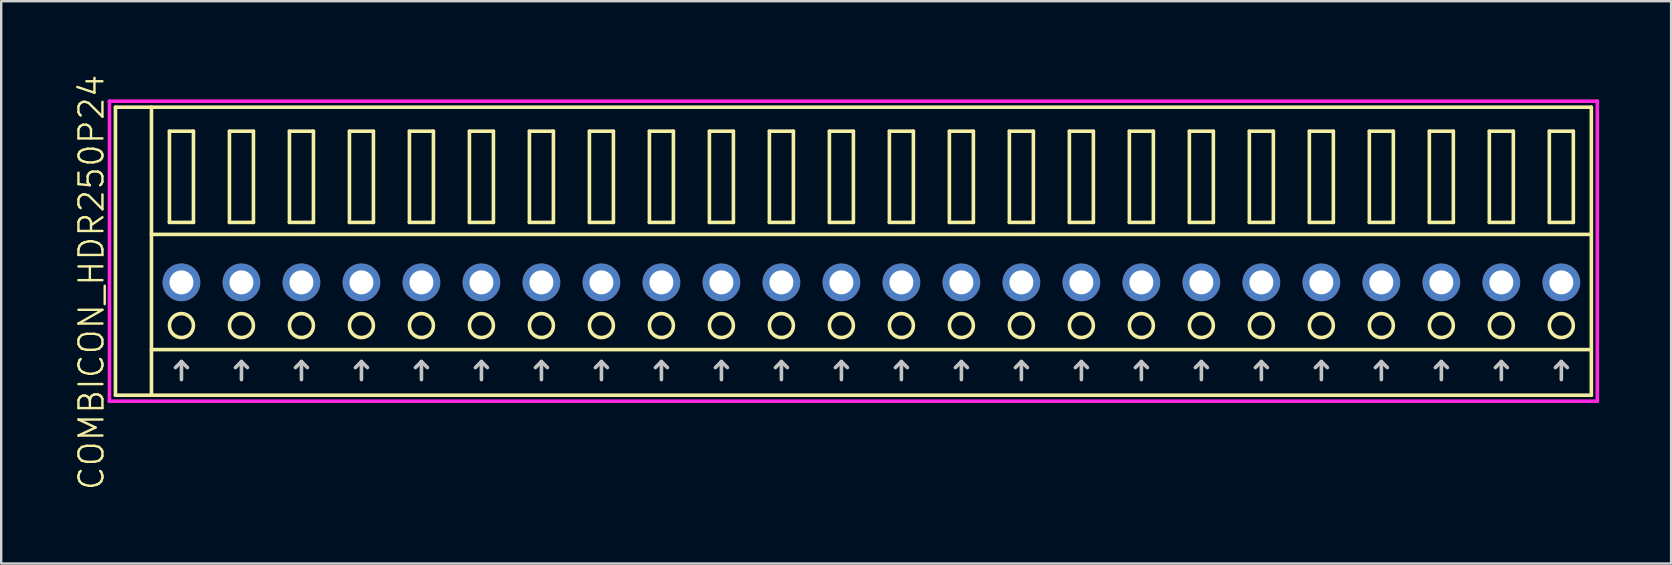
<source format=kicad_pcb>
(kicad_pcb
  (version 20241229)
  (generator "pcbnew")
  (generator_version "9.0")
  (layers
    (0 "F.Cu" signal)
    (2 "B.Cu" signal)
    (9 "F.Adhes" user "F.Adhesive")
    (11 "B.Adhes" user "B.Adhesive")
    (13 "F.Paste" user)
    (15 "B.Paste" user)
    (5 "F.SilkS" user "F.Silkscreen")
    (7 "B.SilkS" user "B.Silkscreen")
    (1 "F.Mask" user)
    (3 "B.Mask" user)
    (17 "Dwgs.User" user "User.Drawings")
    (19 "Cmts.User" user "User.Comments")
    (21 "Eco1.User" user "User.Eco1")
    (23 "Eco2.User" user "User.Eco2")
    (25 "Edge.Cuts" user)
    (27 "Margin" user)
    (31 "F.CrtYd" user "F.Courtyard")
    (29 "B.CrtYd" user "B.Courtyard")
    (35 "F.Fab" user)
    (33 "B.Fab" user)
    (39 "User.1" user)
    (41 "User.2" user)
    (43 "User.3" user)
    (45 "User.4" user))
  (footprint "COMBICON_HDR250P24"
    (layer "F.Cu")
    (at 33.261 8.717)
    (property "Reference" "COMBICON_HDR250P24" (at -32.5 0 90) (layer "F.SilkS") (effects (font (size 1 1) (thickness 0.1))))
    (attr through_hole)
    (fp_line (start -31.5 -7.3) (end -31.5 4.7) (stroke (width 0.15) (type solid)) (layer "F.SilkS"))
    (fp_line (start -31.5 4.7) (end 30 4.7) (stroke (width 0.15) (type solid)) (layer "F.SilkS"))
    (fp_line (start -30 -2) (end 30 -2) (stroke (width 0.15) (type solid)) (layer "F.SilkS"))
    (fp_line (start -30 2.8) (end 30 2.8) (stroke (width 0.15) (type solid)) (layer "F.SilkS"))
    (fp_line (start -30 4.7) (end -30 -7.3) (stroke (width 0.15) (type solid)) (layer "F.SilkS"))
    (fp_line (start -29.25 -6.3) (end -29.25 -2.5) (stroke (width 0.15) (type solid)) (layer "F.SilkS"))
    (fp_line (start -29.25 -2.5) (end -28.25 -2.5) (stroke (width 0.15) (type solid)) (layer "F.SilkS"))
    (fp_line (start -28.25 -6.3) (end -29.25 -6.3) (stroke (width 0.15) (type solid)) (layer "F.SilkS"))
    (fp_line (start -28.25 -2.5) (end -28.25 -6.3) (stroke (width 0.15) (type solid)) (layer "F.SilkS"))
    (fp_line (start -26.75 -6.3) (end -26.75 -2.5) (stroke (width 0.15) (type solid)) (layer "F.SilkS"))
    (fp_line (start -26.75 -2.5) (end -25.75 -2.5) (stroke (width 0.15) (type solid)) (layer "F.SilkS"))
    (fp_line (start -25.75 -6.3) (end -26.75 -6.3) (stroke (width 0.15) (type solid)) (layer "F.SilkS"))
    (fp_line (start -25.75 -2.5) (end -25.75 -6.3) (stroke (width 0.15) (type solid)) (layer "F.SilkS"))
    (fp_line (start -24.25 -6.3) (end -24.25 -2.5) (stroke (width 0.15) (type solid)) (layer "F.SilkS"))
    (fp_line (start -24.25 -2.5) (end -23.25 -2.5) (stroke (width 0.15) (type solid)) (layer "F.SilkS"))
    (fp_line (start -23.25 -6.3) (end -24.25 -6.3) (stroke (width 0.15) (type solid)) (layer "F.SilkS"))
    (fp_line (start -23.25 -2.5) (end -23.25 -6.3) (stroke (width 0.15) (type solid)) (layer "F.SilkS"))
    (fp_line (start -21.75 -6.3) (end -21.75 -2.5) (stroke (width 0.15) (type solid)) (layer "F.SilkS"))
    (fp_line (start -21.75 -2.5) (end -20.75 -2.5) (stroke (width 0.15) (type solid)) (layer "F.SilkS"))
    (fp_line (start -20.75 -6.3) (end -21.75 -6.3) (stroke (width 0.15) (type solid)) (layer "F.SilkS"))
    (fp_line (start -20.75 -2.5) (end -20.75 -6.3) (stroke (width 0.15) (type solid)) (layer "F.SilkS"))
    (fp_line (start -19.25 -6.3) (end -19.25 -2.5) (stroke (width 0.15) (type solid)) (layer "F.SilkS"))
    (fp_line (start -19.25 -2.5) (end -18.25 -2.5) (stroke (width 0.15) (type solid)) (layer "F.SilkS"))
    (fp_line (start -18.25 -6.3) (end -19.25 -6.3) (stroke (width 0.15) (type solid)) (layer "F.SilkS"))
    (fp_line (start -18.25 -2.5) (end -18.25 -6.3) (stroke (width 0.15) (type solid)) (layer "F.SilkS"))
    (fp_line (start -16.75 -6.3) (end -16.75 -2.5) (stroke (width 0.15) (type solid)) (layer "F.SilkS"))
    (fp_line (start -16.75 -2.5) (end -15.75 -2.5) (stroke (width 0.15) (type solid)) (layer "F.SilkS"))
    (fp_line (start -15.75 -6.3) (end -16.75 -6.3) (stroke (width 0.15) (type solid)) (layer "F.SilkS"))
    (fp_line (start -15.75 -2.5) (end -15.75 -6.3) (stroke (width 0.15) (type solid)) (layer "F.SilkS"))
    (fp_line (start -14.25 -6.3) (end -14.25 -2.5) (stroke (width 0.15) (type solid)) (layer "F.SilkS"))
    (fp_line (start -14.25 -2.5) (end -13.25 -2.5) (stroke (width 0.15) (type solid)) (layer "F.SilkS"))
    (fp_line (start -13.25 -6.3) (end -14.25 -6.3) (stroke (width 0.15) (type solid)) (layer "F.SilkS"))
    (fp_line (start -13.25 -2.5) (end -13.25 -6.3) (stroke (width 0.15) (type solid)) (layer "F.SilkS"))
    (fp_line (start -11.75 -6.3) (end -11.75 -2.5) (stroke (width 0.15) (type solid)) (layer "F.SilkS"))
    (fp_line (start -11.75 -2.5) (end -10.75 -2.5) (stroke (width 0.15) (type solid)) (layer "F.SilkS"))
    (fp_line (start -10.75 -6.3) (end -11.75 -6.3) (stroke (width 0.15) (type solid)) (layer "F.SilkS"))
    (fp_line (start -10.75 -2.5) (end -10.75 -6.3) (stroke (width 0.15) (type solid)) (layer "F.SilkS"))
    (fp_line (start -9.25 -6.3) (end -9.25 -2.5) (stroke (width 0.15) (type solid)) (layer "F.SilkS"))
    (fp_line (start -9.25 -2.5) (end -8.25 -2.5) (stroke (width 0.15) (type solid)) (layer "F.SilkS"))
    (fp_line (start -8.25 -6.3) (end -9.25 -6.3) (stroke (width 0.15) (type solid)) (layer "F.SilkS"))
    (fp_line (start -8.25 -2.5) (end -8.25 -6.3) (stroke (width 0.15) (type solid)) (layer "F.SilkS"))
    (fp_line (start -6.75 -6.3) (end -6.75 -2.5) (stroke (width 0.15) (type solid)) (layer "F.SilkS"))
    (fp_line (start -6.75 -2.5) (end -5.75 -2.5) (stroke (width 0.15) (type solid)) (layer "F.SilkS"))
    (fp_line (start -5.75 -6.3) (end -6.75 -6.3) (stroke (width 0.15) (type solid)) (layer "F.SilkS"))
    (fp_line (start -5.75 -2.5) (end -5.75 -6.3) (stroke (width 0.15) (type solid)) (layer "F.SilkS"))
    (fp_line (start -4.25 -6.3) (end -4.25 -2.5) (stroke (width 0.15) (type solid)) (layer "F.SilkS"))
    (fp_line (start -4.25 -2.5) (end -3.25 -2.5) (stroke (width 0.15) (type solid)) (layer "F.SilkS"))
    (fp_line (start -3.25 -6.3) (end -4.25 -6.3) (stroke (width 0.15) (type solid)) (layer "F.SilkS"))
    (fp_line (start -3.25 -2.5) (end -3.25 -6.3) (stroke (width 0.15) (type solid)) (layer "F.SilkS"))
    (fp_line (start -1.75 -6.3) (end -1.75 -2.5) (stroke (width 0.15) (type solid)) (layer "F.SilkS"))
    (fp_line (start -1.75 -2.5) (end -0.75 -2.5) (stroke (width 0.15) (type solid)) (layer "F.SilkS"))
    (fp_line (start -0.75 -6.3) (end -1.75 -6.3) (stroke (width 0.15) (type solid)) (layer "F.SilkS"))
    (fp_line (start -0.75 -2.5) (end -0.75 -6.3) (stroke (width 0.15) (type solid)) (layer "F.SilkS"))
    (fp_line (start 0.75 -6.3) (end 0.75 -2.5) (stroke (width 0.15) (type solid)) (layer "F.SilkS"))
    (fp_line (start 0.75 -2.5) (end 1.75 -2.5) (stroke (width 0.15) (type solid)) (layer "F.SilkS"))
    (fp_line (start 1.75 -6.3) (end 0.75 -6.3) (stroke (width 0.15) (type solid)) (layer "F.SilkS"))
    (fp_line (start 1.75 -2.5) (end 1.75 -6.3) (stroke (width 0.15) (type solid)) (layer "F.SilkS"))
    (fp_line (start 3.25 -6.3) (end 3.25 -2.5) (stroke (width 0.15) (type solid)) (layer "F.SilkS"))
    (fp_line (start 3.25 -2.5) (end 4.25 -2.5) (stroke (width 0.15) (type solid)) (layer "F.SilkS"))
    (fp_line (start 4.25 -6.3) (end 3.25 -6.3) (stroke (width 0.15) (type solid)) (layer "F.SilkS"))
    (fp_line (start 4.25 -2.5) (end 4.25 -6.3) (stroke (width 0.15) (type solid)) (layer "F.SilkS"))
    (fp_line (start 5.75 -6.3) (end 5.75 -2.5) (stroke (width 0.15) (type solid)) (layer "F.SilkS"))
    (fp_line (start 5.75 -2.5) (end 6.75 -2.5) (stroke (width 0.15) (type solid)) (layer "F.SilkS"))
    (fp_line (start 6.75 -6.3) (end 5.75 -6.3) (stroke (width 0.15) (type solid)) (layer "F.SilkS"))
    (fp_line (start 6.75 -2.5) (end 6.75 -6.3) (stroke (width 0.15) (type solid)) (layer "F.SilkS"))
    (fp_line (start 8.25 -6.3) (end 8.25 -2.5) (stroke (width 0.15) (type solid)) (layer "F.SilkS"))
    (fp_line (start 8.25 -2.5) (end 9.25 -2.5) (stroke (width 0.15) (type solid)) (layer "F.SilkS"))
    (fp_line (start 9.25 -6.3) (end 8.25 -6.3) (stroke (width 0.15) (type solid)) (layer "F.SilkS"))
    (fp_line (start 9.25 -2.5) (end 9.25 -6.3) (stroke (width 0.15) (type solid)) (layer "F.SilkS"))
    (fp_line (start 10.75 -6.3) (end 10.75 -2.5) (stroke (width 0.15) (type solid)) (layer "F.SilkS"))
    (fp_line (start 10.75 -2.5) (end 11.75 -2.5) (stroke (width 0.15) (type solid)) (layer "F.SilkS"))
    (fp_line (start 11.75 -6.3) (end 10.75 -6.3) (stroke (width 0.15) (type solid)) (layer "F.SilkS"))
    (fp_line (start 11.75 -2.5) (end 11.75 -6.3) (stroke (width 0.15) (type solid)) (layer "F.SilkS"))
    (fp_line (start 13.25 -6.3) (end 13.25 -2.5) (stroke (width 0.15) (type solid)) (layer "F.SilkS"))
    (fp_line (start 13.25 -2.5) (end 14.25 -2.5) (stroke (width 0.15) (type solid)) (layer "F.SilkS"))
    (fp_line (start 14.25 -6.3) (end 13.25 -6.3) (stroke (width 0.15) (type solid)) (layer "F.SilkS"))
    (fp_line (start 14.25 -2.5) (end 14.25 -6.3) (stroke (width 0.15) (type solid)) (layer "F.SilkS"))
    (fp_line (start 15.75 -6.3) (end 15.75 -2.5) (stroke (width 0.15) (type solid)) (layer "F.SilkS"))
    (fp_line (start 15.75 -2.5) (end 16.75 -2.5) (stroke (width 0.15) (type solid)) (layer "F.SilkS"))
    (fp_line (start 16.75 -6.3) (end 15.75 -6.3) (stroke (width 0.15) (type solid)) (layer "F.SilkS"))
    (fp_line (start 16.75 -2.5) (end 16.75 -6.3) (stroke (width 0.15) (type solid)) (layer "F.SilkS"))
    (fp_line (start 18.25 -6.3) (end 18.25 -2.5) (stroke (width 0.15) (type solid)) (layer "F.SilkS"))
    (fp_line (start 18.25 -2.5) (end 19.25 -2.5) (stroke (width 0.15) (type solid)) (layer "F.SilkS"))
    (fp_line (start 19.25 -6.3) (end 18.25 -6.3) (stroke (width 0.15) (type solid)) (layer "F.SilkS"))
    (fp_line (start 19.25 -2.5) (end 19.25 -6.3) (stroke (width 0.15) (type solid)) (layer "F.SilkS"))
    (fp_line (start 20.75 -6.3) (end 20.75 -2.5) (stroke (width 0.15) (type solid)) (layer "F.SilkS"))
    (fp_line (start 20.75 -2.5) (end 21.75 -2.5) (stroke (width 0.15) (type solid)) (layer "F.SilkS"))
    (fp_line (start 21.75 -6.3) (end 20.75 -6.3) (stroke (width 0.15) (type solid)) (layer "F.SilkS"))
    (fp_line (start 21.75 -2.5) (end 21.75 -6.3) (stroke (width 0.15) (type solid)) (layer "F.SilkS"))
    (fp_line (start 23.25 -6.3) (end 23.25 -2.5) (stroke (width 0.15) (type solid)) (layer "F.SilkS"))
    (fp_line (start 23.25 -2.5) (end 24.25 -2.5) (stroke (width 0.15) (type solid)) (layer "F.SilkS"))
    (fp_line (start 24.25 -6.3) (end 23.25 -6.3) (stroke (width 0.15) (type solid)) (layer "F.SilkS"))
    (fp_line (start 24.25 -2.5) (end 24.25 -6.3) (stroke (width 0.15) (type solid)) (layer "F.SilkS"))
    (fp_line (start 25.75 -6.3) (end 25.75 -2.5) (stroke (width 0.15) (type solid)) (layer "F.SilkS"))
    (fp_line (start 25.75 -2.5) (end 26.75 -2.5) (stroke (width 0.15) (type solid)) (layer "F.SilkS"))
    (fp_line (start 26.75 -6.3) (end 25.75 -6.3) (stroke (width 0.15) (type solid)) (layer "F.SilkS"))
    (fp_line (start 26.75 -2.5) (end 26.75 -6.3) (stroke (width 0.15) (type solid)) (layer "F.SilkS"))
    (fp_line (start 28.25 -6.3) (end 28.25 -2.5) (stroke (width 0.15) (type solid)) (layer "F.SilkS"))
    (fp_line (start 28.25 -2.5) (end 29.25 -2.5) (stroke (width 0.15) (type solid)) (layer "F.SilkS"))
    (fp_line (start 29.25 -6.3) (end 28.25 -6.3) (stroke (width 0.15) (type solid)) (layer "F.SilkS"))
    (fp_line (start 29.25 -2.5) (end 29.25 -6.3) (stroke (width 0.15) (type solid)) (layer "F.SilkS"))
    (fp_line (start 30 -7.3) (end -31.5 -7.3) (stroke (width 0.15) (type solid)) (layer "F.SilkS"))
    (fp_line (start 30 4.7) (end 30 -7.3) (stroke (width 0.15) (type solid)) (layer "F.SilkS"))
    (fp_circle (center -28.75 1.8) (end -28.25 1.8) (stroke (width 0.15) (type solid)) (fill no) (layer "F.SilkS"))
    (fp_circle (center -26.25 1.8) (end -25.75 1.8) (stroke (width 0.15) (type solid)) (fill no) (layer "F.SilkS"))
    (fp_circle (center -23.75 1.8) (end -23.25 1.8) (stroke (width 0.15) (type solid)) (fill no) (layer "F.SilkS"))
    (fp_circle (center -21.25 1.8) (end -20.75 1.8) (stroke (width 0.15) (type solid)) (fill no) (layer "F.SilkS"))
    (fp_circle (center -18.75 1.8) (end -18.25 1.8) (stroke (width 0.15) (type solid)) (fill no) (layer "F.SilkS"))
    (fp_circle (center -16.25 1.8) (end -15.75 1.8) (stroke (width 0.15) (type solid)) (fill no) (layer "F.SilkS"))
    (fp_circle (center -13.75 1.8) (end -13.25 1.8) (stroke (width 0.15) (type solid)) (fill no) (layer "F.SilkS"))
    (fp_circle (center -11.25 1.8) (end -10.75 1.8) (stroke (width 0.15) (type solid)) (fill no) (layer "F.SilkS"))
    (fp_circle (center -8.75 1.8) (end -8.25 1.8) (stroke (width 0.15) (type solid)) (fill no) (layer "F.SilkS"))
    (fp_circle (center -6.25 1.8) (end -5.75 1.8) (stroke (width 0.15) (type solid)) (fill no) (layer "F.SilkS"))
    (fp_circle (center -3.75 1.8) (end -3.25 1.8) (stroke (width 0.15) (type solid)) (fill no) (layer "F.SilkS"))
    (fp_circle (center -1.25 1.8) (end -0.75 1.8) (stroke (width 0.15) (type solid)) (fill no) (layer "F.SilkS"))
    (fp_circle (center 1.25 1.8) (end 1.75 1.8) (stroke (width 0.15) (type solid)) (fill no) (layer "F.SilkS"))
    (fp_circle (center 3.75 1.8) (end 4.25 1.8) (stroke (width 0.15) (type solid)) (fill no) (layer "F.SilkS"))
    (fp_circle (center 6.25 1.8) (end 6.75 1.8) (stroke (width 0.15) (type solid)) (fill no) (layer "F.SilkS"))
    (fp_circle (center 8.75 1.8) (end 9.25 1.8) (stroke (width 0.15) (type solid)) (fill no) (layer "F.SilkS"))
    (fp_circle (center 11.25 1.8) (end 11.75 1.8) (stroke (width 0.15) (type solid)) (fill no) (layer "F.SilkS"))
    (fp_circle (center 13.75 1.8) (end 14.25 1.8) (stroke (width 0.15) (type solid)) (fill no) (layer "F.SilkS"))
    (fp_circle (center 16.25 1.8) (end 16.75 1.8) (stroke (width 0.15) (type solid)) (fill no) (layer "F.SilkS"))
    (fp_circle (center 18.75 1.8) (end 19.25 1.8) (stroke (width 0.15) (type solid)) (fill no) (layer "F.SilkS"))
    (fp_circle (center 21.25 1.8) (end 21.75 1.8) (stroke (width 0.15) (type solid)) (fill no) (layer "F.SilkS"))
    (fp_circle (center 23.75 1.8) (end 24.25 1.8) (stroke (width 0.15) (type solid)) (fill no) (layer "F.SilkS"))
    (fp_circle (center 26.25 1.8) (end 26.75 1.8) (stroke (width 0.15) (type solid)) (fill no) (layer "F.SilkS"))
    (fp_circle (center 28.75 1.8) (end 29.25 1.8) (stroke (width 0.15) (type solid)) (fill no) (layer "F.SilkS"))
    (fp_line (start -29 3.55) (end -28.75 3.3) (stroke (width 0.15) (type solid)) (layer "Dwgs.User"))
    (fp_line (start -28.75 4.05) (end -28.75 3.3) (stroke (width 0.15) (type solid)) (layer "Dwgs.User"))
    (fp_line (start -28.5 3.55) (end -28.75 3.3) (stroke (width 0.15) (type solid)) (layer "Dwgs.User"))
    (fp_line (start -26.5 3.55) (end -26.25 3.3) (stroke (width 0.15) (type solid)) (layer "Dwgs.User"))
    (fp_line (start -26.25 4.05) (end -26.25 3.3) (stroke (width 0.15) (type solid)) (layer "Dwgs.User"))
    (fp_line (start -26 3.55) (end -26.25 3.3) (stroke (width 0.15) (type solid)) (layer "Dwgs.User"))
    (fp_line (start -24 3.55) (end -23.75 3.3) (stroke (width 0.15) (type solid)) (layer "Dwgs.User"))
    (fp_line (start -23.75 4.05) (end -23.75 3.3) (stroke (width 0.15) (type solid)) (layer "Dwgs.User"))
    (fp_line (start -23.5 3.55) (end -23.75 3.3) (stroke (width 0.15) (type solid)) (layer "Dwgs.User"))
    (fp_line (start -21.5 3.55) (end -21.25 3.3) (stroke (width 0.15) (type solid)) (layer "Dwgs.User"))
    (fp_line (start -21.25 4.05) (end -21.25 3.3) (stroke (width 0.15) (type solid)) (layer "Dwgs.User"))
    (fp_line (start -21 3.55) (end -21.25 3.3) (stroke (width 0.15) (type solid)) (layer "Dwgs.User"))
    (fp_line (start -19 3.55) (end -18.75 3.3) (stroke (width 0.15) (type solid)) (layer "Dwgs.User"))
    (fp_line (start -18.75 4.05) (end -18.75 3.3) (stroke (width 0.15) (type solid)) (layer "Dwgs.User"))
    (fp_line (start -18.5 3.55) (end -18.75 3.3) (stroke (width 0.15) (type solid)) (layer "Dwgs.User"))
    (fp_line (start -16.5 3.55) (end -16.25 3.3) (stroke (width 0.15) (type solid)) (layer "Dwgs.User"))
    (fp_line (start -16.25 4.05) (end -16.25 3.3) (stroke (width 0.15) (type solid)) (layer "Dwgs.User"))
    (fp_line (start -16 3.55) (end -16.25 3.3) (stroke (width 0.15) (type solid)) (layer "Dwgs.User"))
    (fp_line (start -14 3.55) (end -13.75 3.3) (stroke (width 0.15) (type solid)) (layer "Dwgs.User"))
    (fp_line (start -13.75 4.05) (end -13.75 3.3) (stroke (width 0.15) (type solid)) (layer "Dwgs.User"))
    (fp_line (start -13.5 3.55) (end -13.75 3.3) (stroke (width 0.15) (type solid)) (layer "Dwgs.User"))
    (fp_line (start -11.5 3.55) (end -11.25 3.3) (stroke (width 0.15) (type solid)) (layer "Dwgs.User"))
    (fp_line (start -11.25 4.05) (end -11.25 3.3) (stroke (width 0.15) (type solid)) (layer "Dwgs.User"))
    (fp_line (start -11 3.55) (end -11.25 3.3) (stroke (width 0.15) (type solid)) (layer "Dwgs.User"))
    (fp_line (start -9 3.55) (end -8.75 3.3) (stroke (width 0.15) (type solid)) (layer "Dwgs.User"))
    (fp_line (start -8.75 4.05) (end -8.75 3.3) (stroke (width 0.15) (type solid)) (layer "Dwgs.User"))
    (fp_line (start -8.5 3.55) (end -8.75 3.3) (stroke (width 0.15) (type solid)) (layer "Dwgs.User"))
    (fp_line (start -6.5 3.55) (end -6.25 3.3) (stroke (width 0.15) (type solid)) (layer "Dwgs.User"))
    (fp_line (start -6.25 4.05) (end -6.25 3.3) (stroke (width 0.15) (type solid)) (layer "Dwgs.User"))
    (fp_line (start -6 3.55) (end -6.25 3.3) (stroke (width 0.15) (type solid)) (layer "Dwgs.User"))
    (fp_line (start -4 3.55) (end -3.75 3.3) (stroke (width 0.15) (type solid)) (layer "Dwgs.User"))
    (fp_line (start -3.75 4.05) (end -3.75 3.3) (stroke (width 0.15) (type solid)) (layer "Dwgs.User"))
    (fp_line (start -3.5 3.55) (end -3.75 3.3) (stroke (width 0.15) (type solid)) (layer "Dwgs.User"))
    (fp_line (start -1.5 3.55) (end -1.25 3.3) (stroke (width 0.15) (type solid)) (layer "Dwgs.User"))
    (fp_line (start -1.25 4.05) (end -1.25 3.3) (stroke (width 0.15) (type solid)) (layer "Dwgs.User"))
    (fp_line (start -1 3.55) (end -1.25 3.3) (stroke (width 0.15) (type solid)) (layer "Dwgs.User"))
    (fp_line (start 1 3.55) (end 1.25 3.3) (stroke (width 0.15) (type solid)) (layer "Dwgs.User"))
    (fp_line (start 1.25 4.05) (end 1.25 3.3) (stroke (width 0.15) (type solid)) (layer "Dwgs.User"))
    (fp_line (start 1.5 3.55) (end 1.25 3.3) (stroke (width 0.15) (type solid)) (layer "Dwgs.User"))
    (fp_line (start 3.5 3.55) (end 3.75 3.3) (stroke (width 0.15) (type solid)) (layer "Dwgs.User"))
    (fp_line (start 3.75 4.05) (end 3.75 3.3) (stroke (width 0.15) (type solid)) (layer "Dwgs.User"))
    (fp_line (start 4 3.55) (end 3.75 3.3) (stroke (width 0.15) (type solid)) (layer "Dwgs.User"))
    (fp_line (start 6 3.55) (end 6.25 3.3) (stroke (width 0.15) (type solid)) (layer "Dwgs.User"))
    (fp_line (start 6.25 4.05) (end 6.25 3.3) (stroke (width 0.15) (type solid)) (layer "Dwgs.User"))
    (fp_line (start 6.5 3.55) (end 6.25 3.3) (stroke (width 0.15) (type solid)) (layer "Dwgs.User"))
    (fp_line (start 8.5 3.55) (end 8.75 3.3) (stroke (width 0.15) (type solid)) (layer "Dwgs.User"))
    (fp_line (start 8.75 4.05) (end 8.75 3.3) (stroke (width 0.15) (type solid)) (layer "Dwgs.User"))
    (fp_line (start 9 3.55) (end 8.75 3.3) (stroke (width 0.15) (type solid)) (layer "Dwgs.User"))
    (fp_line (start 11 3.55) (end 11.25 3.3) (stroke (width 0.15) (type solid)) (layer "Dwgs.User"))
    (fp_line (start 11.25 4.05) (end 11.25 3.3) (stroke (width 0.15) (type solid)) (layer "Dwgs.User"))
    (fp_line (start 11.5 3.55) (end 11.25 3.3) (stroke (width 0.15) (type solid)) (layer "Dwgs.User"))
    (fp_line (start 13.5 3.55) (end 13.75 3.3) (stroke (width 0.15) (type solid)) (layer "Dwgs.User"))
    (fp_line (start 13.75 4.05) (end 13.75 3.3) (stroke (width 0.15) (type solid)) (layer "Dwgs.User"))
    (fp_line (start 14 3.55) (end 13.75 3.3) (stroke (width 0.15) (type solid)) (layer "Dwgs.User"))
    (fp_line (start 16 3.55) (end 16.25 3.3) (stroke (width 0.15) (type solid)) (layer "Dwgs.User"))
    (fp_line (start 16.25 4.05) (end 16.25 3.3) (stroke (width 0.15) (type solid)) (layer "Dwgs.User"))
    (fp_line (start 16.5 3.55) (end 16.25 3.3) (stroke (width 0.15) (type solid)) (layer "Dwgs.User"))
    (fp_line (start 18.5 3.55) (end 18.75 3.3) (stroke (width 0.15) (type solid)) (layer "Dwgs.User"))
    (fp_line (start 18.75 4.05) (end 18.75 3.3) (stroke (width 0.15) (type solid)) (layer "Dwgs.User"))
    (fp_line (start 19 3.55) (end 18.75 3.3) (stroke (width 0.15) (type solid)) (layer "Dwgs.User"))
    (fp_line (start 21 3.55) (end 21.25 3.3) (stroke (width 0.15) (type solid)) (layer "Dwgs.User"))
    (fp_line (start 21.25 4.05) (end 21.25 3.3) (stroke (width 0.15) (type solid)) (layer "Dwgs.User"))
    (fp_line (start 21.5 3.55) (end 21.25 3.3) (stroke (width 0.15) (type solid)) (layer "Dwgs.User"))
    (fp_line (start 23.5 3.55) (end 23.75 3.3) (stroke (width 0.15) (type solid)) (layer "Dwgs.User"))
    (fp_line (start 23.75 4.05) (end 23.75 3.3) (stroke (width 0.15) (type solid)) (layer "Dwgs.User"))
    (fp_line (start 24 3.55) (end 23.75 3.3) (stroke (width 0.15) (type solid)) (layer "Dwgs.User"))
    (fp_line (start 26 3.55) (end 26.25 3.3) (stroke (width 0.15) (type solid)) (layer "Dwgs.User"))
    (fp_line (start 26.25 4.05) (end 26.25 3.3) (stroke (width 0.15) (type solid)) (layer "Dwgs.User"))
    (fp_line (start 26.5 3.55) (end 26.25 3.3) (stroke (width 0.15) (type solid)) (layer "Dwgs.User"))
    (fp_line (start 28.5 3.55) (end 28.75 3.3) (stroke (width 0.15) (type solid)) (layer "Dwgs.User"))
    (fp_line (start 28.75 4.05) (end 28.75 3.3) (stroke (width 0.15) (type solid)) (layer "Dwgs.User"))
    (fp_line (start 29 3.55) (end 28.75 3.3) (stroke (width 0.15) (type solid)) (layer "Dwgs.User"))
    (fp_line (start -31.75 -7.55) (end -31.75 4.95) (stroke (width 0.15) (type solid)) (layer "F.CrtYd"))
    (fp_line (start -31.75 4.95) (end 30.25 4.95) (stroke (width 0.15) (type solid)) (layer "F.CrtYd"))
    (fp_line (start 30.25 -7.55) (end -31.75 -7.55) (stroke (width 0.15) (type solid)) (layer "F.CrtYd"))
    (fp_line (start 30.25 4.95) (end 30.25 -7.55) (stroke (width 0.15) (type solid)) (layer "F.CrtYd"))
    (pad "1" thru_hole oval (at -28.75 0) (size 1.57 1.57) (drill 1) (layers "*.Cu" "*.Mask"))
    (pad "2" thru_hole oval (at -26.25 0) (size 1.57 1.57) (drill 1) (layers "*.Cu" "*.Mask"))
    (pad "3" thru_hole oval (at -23.75 0) (size 1.57 1.57) (drill 1) (layers "*.Cu" "*.Mask"))
    (pad "4" thru_hole oval (at -21.25 0) (size 1.57 1.57) (drill 1) (layers "*.Cu" "*.Mask"))
    (pad "5" thru_hole oval (at -18.75 0) (size 1.57 1.57) (drill 1) (layers "*.Cu" "*.Mask"))
    (pad "6" thru_hole oval (at -16.25 0) (size 1.57 1.57) (drill 1) (layers "*.Cu" "*.Mask"))
    (pad "7" thru_hole oval (at -13.75 0) (size 1.57 1.57) (drill 1) (layers "*.Cu" "*.Mask"))
    (pad "8" thru_hole oval (at -11.25 0) (size 1.57 1.57) (drill 1) (layers "*.Cu" "*.Mask"))
    (pad "9" thru_hole oval (at -8.75 0) (size 1.57 1.57) (drill 1) (layers "*.Cu" "*.Mask"))
    (pad "10" thru_hole oval (at -6.25 0) (size 1.57 1.57) (drill 1) (layers "*.Cu" "*.Mask"))
    (pad "11" thru_hole oval (at -3.75 0) (size 1.57 1.57) (drill 1) (layers "*.Cu" "*.Mask"))
    (pad "12" thru_hole oval (at -1.25 0) (size 1.57 1.57) (drill 1) (layers "*.Cu" "*.Mask"))
    (pad "13" thru_hole oval (at 1.25 0) (size 1.57 1.57) (drill 1) (layers "*.Cu" "*.Mask"))
    (pad "14" thru_hole oval (at 3.75 0) (size 1.57 1.57) (drill 1) (layers "*.Cu" "*.Mask"))
    (pad "15" thru_hole oval (at 6.25 0) (size 1.57 1.57) (drill 1) (layers "*.Cu" "*.Mask"))
    (pad "16" thru_hole oval (at 8.75 0) (size 1.57 1.57) (drill 1) (layers "*.Cu" "*.Mask"))
    (pad "17" thru_hole oval (at 11.25 0) (size 1.57 1.57) (drill 1) (layers "*.Cu" "*.Mask"))
    (pad "18" thru_hole oval (at 13.75 0) (size 1.57 1.57) (drill 1) (layers "*.Cu" "*.Mask"))
    (pad "19" thru_hole oval (at 16.25 0) (size 1.57 1.57) (drill 1) (layers "*.Cu" "*.Mask"))
    (pad "20" thru_hole oval (at 18.75 0) (size 1.57 1.57) (drill 1) (layers "*.Cu" "*.Mask"))
    (pad "21" thru_hole oval (at 21.25 0) (size 1.57 1.57) (drill 1) (layers "*.Cu" "*.Mask"))
    (pad "22" thru_hole oval (at 23.75 0) (size 1.57 1.57) (drill 1) (layers "*.Cu" "*.Mask"))
    (pad "23" thru_hole oval (at 26.25 0) (size 1.57 1.57) (drill 1) (layers "*.Cu" "*.Mask"))
    (pad "24" thru_hole oval (at 28.75 0) (size 1.57 1.57) (drill 1) (layers "*.Cu" "*.Mask")))
  (gr_rect
    (start -3 -3)
    (end 66.585 20.433)
    (stroke (width 0.1) (type default))
    (fill no)
    (layer "Edge.Cuts")))
</source>
